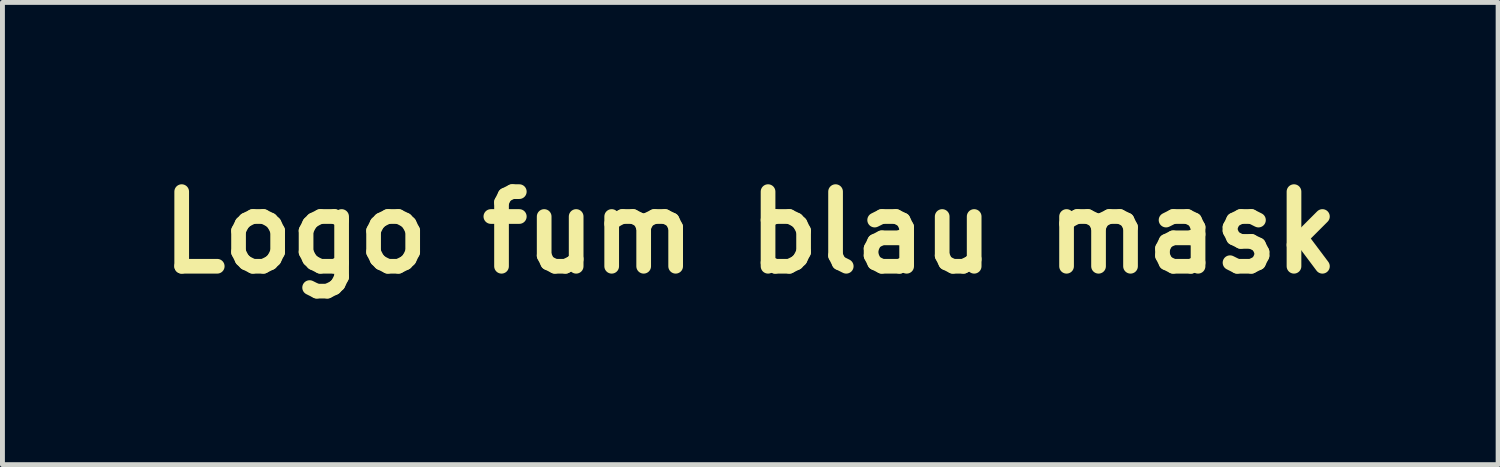
<source format=kicad_pcb>
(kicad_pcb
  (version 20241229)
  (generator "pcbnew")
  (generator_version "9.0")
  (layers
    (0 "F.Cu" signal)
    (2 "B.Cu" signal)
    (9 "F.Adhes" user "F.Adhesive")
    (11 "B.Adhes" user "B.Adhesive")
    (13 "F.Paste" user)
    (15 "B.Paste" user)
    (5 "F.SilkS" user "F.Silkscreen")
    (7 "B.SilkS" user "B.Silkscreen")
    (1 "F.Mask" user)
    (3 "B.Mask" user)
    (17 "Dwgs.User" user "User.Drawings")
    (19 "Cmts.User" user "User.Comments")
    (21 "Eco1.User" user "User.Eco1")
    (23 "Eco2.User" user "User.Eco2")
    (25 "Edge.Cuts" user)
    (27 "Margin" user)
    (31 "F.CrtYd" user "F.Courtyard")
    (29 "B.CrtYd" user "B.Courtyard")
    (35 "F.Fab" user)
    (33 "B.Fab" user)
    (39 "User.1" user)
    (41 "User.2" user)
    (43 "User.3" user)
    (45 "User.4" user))
  (footprint "Logo fum blau mask"
    (layer "F.Cu")
    (at 12.272 1.698)
    (property "Reference" "Logo fum blau mask" (at 0 0 0) (layer "F.SilkS") (effects (font (size 1.524 1.524) (thickness 0.3))))
    (attr through_hole)
    (fp_poly (pts (xy -5.292 0.445) (xy -5.313 0.466) (xy -5.334 0.445) (xy -5.313 0.423) (xy -5.292 0.445)) (stroke (width 0.01) (type solid)) (fill yes) (layer "F.Mask"))
    (fp_poly (pts (xy -5.08 0.783) (xy -5.101 0.804) (xy -5.122 0.783) (xy -5.101 0.762) (xy -5.08 0.783)) (stroke (width 0.01) (type solid)) (fill yes) (layer "F.Mask"))
    (fp_poly (pts (xy -4.995 0.953) (xy -5.016 0.974) (xy -5.038 0.953) (xy -5.016 0.931) (xy -4.995 0.953)) (stroke (width 0.01) (type solid)) (fill yes) (layer "F.Mask"))
    (fp_poly (pts (xy -5.557 0.652) (xy -5.57 0.671) (xy -5.613 0.674) (xy -5.658 0.664) (xy -5.638 0.648) (xy -5.572 0.643) (xy -5.557 0.652)) (stroke (width 0.01) (type solid)) (fill yes) (layer "F.Mask"))
    (fp_poly (pts (xy -5.221 0.564) (xy -5.216 0.615) (xy -5.221 0.621) (xy -5.246 0.615) (xy -5.249 0.593) (xy -5.234 0.558) (xy -5.221 0.564)) (stroke (width 0.01) (type solid)) (fill yes) (layer "F.Mask"))
    (fp_poly (pts (xy -5.478 0.783) (xy -5.482 0.804) (xy -5.536 0.845) (xy -5.548 0.847) (xy -5.587 0.814) (xy -5.588 0.804) (xy -5.554 0.767) (xy -5.522 0.762) (xy -5.478 0.783)) (stroke (width 0.01) (type solid)) (fill yes) (layer "F.Mask"))
    (fp_poly (pts (xy -5.419 0.42) (xy -5.452 0.465) (xy -5.482 0.481) (xy -5.537 0.484) (xy -5.546 0.469) (xy -5.512 0.424) (xy -5.482 0.408) (xy -5.428 0.405) (xy -5.419 0.42)) (stroke (width 0.01) (type solid)) (fill yes) (layer "F.Mask"))
    (fp_poly (pts (xy -5.386 0.939) (xy -5.425 0.99) (xy -5.476 1.01) (xy -5.503 0.985) (xy -5.503 0.982) (xy -5.469 0.933) (xy -5.436 0.915) (xy -5.387 0.914) (xy -5.386 0.939)) (stroke (width 0.01) (type solid)) (fill yes) (layer "F.Mask"))
    (fp_poly (pts (xy -5.334 0.547) (xy -5.368 0.592) (xy -5.397 0.608) (xy -5.452 0.611) (xy -5.461 0.596) (xy -5.427 0.551) (xy -5.397 0.535) (xy -5.343 0.532) (xy -5.334 0.547)) (stroke (width 0.01) (type solid)) (fill yes) (layer "F.Mask"))
    (fp_poly (pts (xy -5.301 1.109) (xy -5.34 1.159) (xy -5.391 1.179) (xy -5.419 1.154) (xy -5.419 1.151) (xy -5.385 1.102) (xy -5.352 1.084) (xy -5.302 1.083) (xy -5.301 1.109)) (stroke (width 0.01) (type solid)) (fill yes) (layer "F.Mask"))
    (fp_poly (pts (xy -5.241 0.716) (xy -5.297 0.769) (xy -5.307 0.775) (xy -5.383 0.815) (xy -5.418 0.813) (xy -5.419 0.81) (xy -5.385 0.747) (xy -5.311 0.695) (xy -5.245 0.686) (xy -5.241 0.716)) (stroke (width 0.01) (type solid)) (fill yes) (layer "F.Mask"))
    (fp_poly (pts (xy -5.118 0.855) (xy -5.114 0.886) (xy -5.17 0.938) (xy -5.18 0.945) (xy -5.257 0.99) (xy -5.287 0.986) (xy -5.292 0.952) (xy -5.256 0.882) (xy -5.174 0.849) (xy -5.118 0.855)) (stroke (width 0.01) (type solid)) (fill yes) (layer "F.Mask"))
    (fp_poly (pts (xy 1.678 0.343) (xy 1.821 0.354) (xy 1.896 0.371) (xy 1.905 0.381) (xy 1.865 0.401) (xy 1.752 0.415) (xy 1.579 0.422) (xy 1.482 0.423) (xy 1.285 0.419) (xy 1.143 0.408) (xy 1.067 0.391) (xy 1.058 0.381) (xy 1.099 0.361) (xy 1.211 0.347) (xy 1.384 0.34) (xy 1.482 0.339) (xy 1.678 0.343)) (stroke (width 0.01) (type solid)) (fill yes) (layer "F.Mask"))
    (fp_poly (pts (xy 1.666 0.09) (xy 1.811 0.106) (xy 1.886 0.13) (xy 1.886 0.161) (xy 1.838 0.186) (xy 1.762 0.2) (xy 1.634 0.208) (xy 1.479 0.211) (xy 1.323 0.209) (xy 1.189 0.202) (xy 1.103 0.191) (xy 1.087 0.183) (xy 1.06 0.14) (xy 1.089 0.111) (xy 1.182 0.093) (xy 1.347 0.086) (xy 1.458 0.085) (xy 1.666 0.09)) (stroke (width 0.01) (type solid)) (fill yes) (layer "F.Mask"))
    (fp_poly (pts (xy 6.35 1.736) (xy -6.35 1.736) (xy -6.35 0.681) (xy -5.715 0.681) (xy -5.697 0.731) (xy -5.649 0.828) (xy -5.585 0.952) (xy -5.515 1.079) (xy -5.453 1.189) (xy -5.409 1.257) (xy -5.397 1.27) (xy -5.351 1.257) (xy -5.315 1.244) (xy -5.249 1.19) (xy -5.183 1.095) (xy -5.179 1.088) (xy -5.113 0.959) (xy -5.036 1.06) (xy -4.982 1.124) (xy -4.933 1.138) (xy -4.855 1.106) (xy -4.819 1.087) (xy -4.749 1.046) (xy -4.753 1.036) (xy -4.825 1.059) (xy -4.889 1.084) (xy -4.938 1.081) (xy -4.953 1.009) (xy -4.953 1.007) (xy -4.648 1.007) (xy -4.636 1.015) (xy -4.566 0.994) (xy -4.53 0.974) (xy -4.496 0.94) (xy -4.508 0.933) (xy -4.578 0.954) (xy -4.614 0.974) (xy -4.648 1.007) (xy -4.953 1.007) (xy -4.953 0.999) (xy -4.933 0.923) (xy -4.437 0.923) (xy -4.424 0.93) (xy -4.354 0.909) (xy -4.318 0.889) (xy -4.284 0.855) (xy -4.297 0.848) (xy -4.366 0.869) (xy -4.403 0.889) (xy -4.437 0.923) (xy -4.933 0.923) (xy -4.929 0.908) (xy -4.844 0.839) (xy -4.816 0.826) (xy -4.233 0.826) (xy -4.212 0.847) (xy -4.191 0.826) (xy -4.212 0.804) (xy -4.233 0.826) (xy -4.816 0.826) (xy -4.815 0.825) (xy -4.74 0.787) (xy -4.742 0.778) (xy -4.821 0.798) (xy -4.892 0.82) (xy -4.942 0.822) (xy -4.998 0.789) (xy -5.009 0.776) (xy -4.135 0.776) (xy -4.129 0.801) (xy -4.106 0.804) (xy -4.071 0.789) (xy -4.078 0.776) (xy -4.128 0.771) (xy -4.135 0.776) (xy -5.009 0.776) (xy -5.031 0.752) (xy -4.647 0.752) (xy -4.636 0.757) (xy -4.574 0.739) (xy -4.469 0.696) (xy -4.424 0.674) (xy -4.346 0.633) (xy -4.334 0.615) (xy -4.36 0.619) (xy -4.448 0.648) (xy -4.54 0.687) (xy -4.614 0.725) (xy -4.647 0.752) (xy -5.031 0.752) (xy -5.071 0.709) (xy -5.163 0.584) (xy -4.225 0.584) (xy -4.212 0.591) (xy -4.143 0.57) (xy -4.106 0.55) (xy -4.072 0.517) (xy -4.085 0.509) (xy -4.155 0.53) (xy -4.191 0.55) (xy -4.225 0.584) (xy -5.163 0.584) (xy -5.173 0.57) (xy -5.197 0.535) (xy -5.291 0.394) (xy -5.358 0.28) (xy -5.389 0.21) (xy -5.389 0.196) (xy -5.395 0.171) (xy -5.412 0.169) (xy -5.452 0.205) (xy -5.461 0.255) (xy -5.489 0.337) (xy -5.524 0.366) (xy -5.579 0.424) (xy -5.588 0.465) (xy -5.619 0.554) (xy -5.652 0.593) (xy -5.705 0.653) (xy -5.715 0.681) (xy -6.35 0.681) (xy -6.35 0.155) (xy -5.317 0.155) (xy -5.292 0.163) (xy -5.201 0.147) (xy -5.144 0.127) (xy -5.097 0.099) (xy -5.122 0.091) (xy -5.213 0.107) (xy -5.271 0.127) (xy -5.317 0.155) (xy -6.35 0.155) (xy -6.35 -0.105) (xy -5.095 -0.105) (xy -5.021 0.054) (xy -4.898 0.199) (xy -4.783 0.3) (xy -4.71 0.332) (xy -4.683 0.293) (xy -4.688 0.238) (xy -4.684 0.124) (xy -4.644 0.025) (xy -4.432 0.025) (xy -4.378 0.1) (xy -4.263 0.219) (xy -4.236 0.245) (xy -4.093 0.393) (xy -4.005 0.512) (xy -3.979 0.582) (xy -3.967 0.647) (xy -3.914 0.65) (xy -3.884 0.639) (xy -3.811 0.598) (xy -3.789 0.565) (xy -3.819 0.513) (xy -3.899 0.425) (xy -3.932 0.393) (xy -3.348 0.393) (xy -3.332 0.495) (xy -3.316 0.522) (xy -3.254 0.547) (xy -3.203 0.49) (xy -3.2 0.481) (xy -3.189 0.381) (xy -3.198 0.334) (xy -3.198 0.236) (xy -3.196 0.229) (xy -3.09 0.229) (xy -3.078 0.278) (xy -3.031 0.308) (xy -2.937 0.324) (xy -2.78 0.328) (xy -2.646 0.326) (xy -2.474 0.319) (xy -2.369 0.306) (xy -2.315 0.282) (xy -2.294 0.245) (xy -2.294 0.243) (xy -2.295 0.209) (xy -2.32 0.191) (xy -2.109 0.191) (xy -2.096 0.318) (xy -2.069 0.422) (xy -2.055 0.448) (xy -2.019 0.495) (xy -1.973 0.525) (xy -1.9 0.541) (xy -1.78 0.549) (xy -1.597 0.55) (xy -1.568 0.55) (xy -1.373 0.549) (xy -1.246 0.542) (xy -1.166 0.526) (xy -1.117 0.498) (xy -1.082 0.456) (xy -1.04 0.361) (xy -1.021 0.254) (xy -0.889 0.254) (xy -0.885 0.415) (xy -0.872 0.507) (xy -0.845 0.546) (xy -0.826 0.55) (xy -0.783 0.525) (xy -0.773 0.48) (xy -0.411 0.48) (xy -0.398 0.551) (xy -0.348 0.592) (xy -0.339 0.593) (xy -0.286 0.559) (xy -0.268 0.526) (xy -0.267 0.446) (xy -0.316 0.406) (xy -0.377 0.421) (xy -0.411 0.48) (xy -0.773 0.48) (xy -0.764 0.438) (xy -0.762 0.364) (xy -0.762 0.178) (xy -0.605 0.259) (xy -0.477 0.311) (xy -0.359 0.338) (xy -0.339 0.339) (xy -0.23 0.319) (xy -0.1 0.272) (xy -0.072 0.259) (xy 0.085 0.178) (xy 0.085 0.364) (xy 0.093 0.488) (xy 0.123 0.544) (xy 0.148 0.55) (xy 0.183 0.533) (xy 0.202 0.47) (xy 0.211 0.347) (xy 0.212 0.254) (xy 0.206 0.108) (xy 0.192 0.002) (xy 0.173 -0.042) (xy 0.171 -0.042) (xy 0.931 -0.042) (xy 0.931 0.247) (xy 0.935 0.396) (xy 0.945 0.51) (xy 0.959 0.564) (xy 0.96 0.564) (xy 1.011 0.576) (xy 1.129 0.585) (xy 1.293 0.591) (xy 1.443 0.593) (xy 1.665 0.59) (xy 1.816 0.579) (xy 1.91 0.559) (xy 1.962 0.53) (xy 2.001 0.446) (xy 2.022 0.316) (xy 2.022 0.217) (xy 2.152 0.217) (xy 2.161 0.352) (xy 2.185 0.468) (xy 2.224 0.541) (xy 2.233 0.548) (xy 2.307 0.566) (xy 2.445 0.578) (xy 2.631 0.583) (xy 2.773 0.582) (xy 2.982 0.575) (xy 3.12 0.565) (xy 3.199 0.549) (xy 3.218 0.537) (xy 3.406 0.537) (xy 3.407 0.542) (xy 3.431 0.566) (xy 3.477 0.547) (xy 3.554 0.479) (xy 3.606 0.423) (xy 3.852 0.423) (xy 3.874 0.493) (xy 3.926 0.5) (xy 3.989 0.458) (xy 4 0.423) (xy 3.965 0.364) (xy 3.926 0.347) (xy 3.866 0.361) (xy 3.852 0.423) (xy 3.606 0.423) (xy 3.673 0.353) (xy 3.686 0.339) (xy 3.937 0.064) (xy 4.048 0.191) (xy 4.196 0.359) (xy 4.3 0.473) (xy 4.368 0.539) (xy 4.412 0.568) (xy 4.44 0.568) (xy 4.456 0.556) (xy 4.461 0.503) (xy 4.411 0.405) (xy 4.316 0.272) (xy 4.245 0.187) (xy 4.614 0.187) (xy 4.624 0.356) (xy 4.662 0.472) (xy 4.742 0.543) (xy 4.876 0.58) (xy 5.077 0.592) (xy 5.145 0.593) (xy 5.326 0.59) (xy 5.444 0.58) (xy 5.522 0.557) (xy 5.582 0.516) (xy 5.611 0.489) (xy 5.679 0.4) (xy 5.709 0.291) (xy 5.715 0.171) (xy 5.708 0.037) (xy 5.685 -0.028) (xy 5.652 -0.042) (xy 5.609 -0.017) (xy 5.59 0.07) (xy 5.588 0.143) (xy 5.58 0.269) (xy 5.545 0.35) (xy 5.471 0.397) (xy 5.342 0.416) (xy 5.144 0.415) (xy 5.116 0.415) (xy 4.763 0.402) (xy 4.741 0.194) (xy 4.715 0.043) (xy 4.68 -0.029) (xy 4.646 -0.022) (xy 4.621 0.065) (xy 4.614 0.187) (xy 4.245 0.187) (xy 4.164 0.09) (xy 4.041 -0.023) (xy 3.94 -0.07) (xy 3.855 -0.059) (xy 3.773 0.002) (xy 3.673 0.105) (xy 3.572 0.23) (xy 3.484 0.357) (xy 3.423 0.466) (xy 3.406 0.537) (xy 3.218 0.537) (xy 3.234 0.526) (xy 3.239 0.508) (xy 3.224 0.479) (xy 3.173 0.459) (xy 3.071 0.446) (xy 2.906 0.437) (xy 2.762 0.433) (xy 2.286 0.421) (xy 2.286 0.189) (xy 2.28 0.049) (xy 2.26 -0.023) (xy 2.223 -0.042) (xy 2.183 -0.005) (xy 2.159 0.09) (xy 2.152 0.217) (xy 2.022 0.217) (xy 2.023 0.174) (xy 2.003 0.055) (xy 1.981 0.011) (xy 1.924 -0.015) (xy 1.8 -0.032) (xy 1.602 -0.041) (xy 1.434 -0.042) (xy 0.931 -0.042) (xy 0.171 -0.042) (xy 0.114 -0.02) (xy 0.018 0.035) (xy -0.025 0.064) (xy -0.202 0.148) (xy -0.339 0.169) (xy -0.516 0.134) (xy -0.652 0.064) (xy -0.756 -0.001) (xy -0.832 -0.038) (xy -0.849 -0.042) (xy -0.868 -0.004) (xy -0.883 0.098) (xy -0.889 0.242) (xy -0.889 0.254) (xy -1.021 0.254) (xy -1.018 0.237) (xy -1.016 0.111) (xy -1.033 0.01) (xy -1.069 -0.041) (xy -1.079 -0.042) (xy -1.122 -0.016) (xy -1.141 0.071) (xy -1.143 0.14) (xy -1.154 0.264) (xy -1.182 0.356) (xy -1.194 0.373) (xy -1.264 0.401) (xy -1.39 0.418) (xy -1.546 0.424) (xy -1.705 0.42) (xy -1.841 0.405) (xy -1.927 0.379) (xy -1.939 0.37) (xy -1.969 0.296) (xy -1.992 0.176) (xy -1.997 0.126) (xy -2.014 0.013) (xy -2.04 -0.055) (xy -2.053 -0.064) (xy -2.087 -0.026) (xy -2.105 0.068) (xy -2.109 0.191) (xy -2.32 0.191) (xy -2.326 0.187) (xy -2.4 0.175) (xy -2.532 0.17) (xy -2.685 0.169) (xy -2.88 0.172) (xy -3.003 0.181) (xy -3.069 0.198) (xy -3.09 0.226) (xy -3.09 0.229) (xy -3.196 0.229) (xy -3.177 0.172) (xy -3.147 0.133) (xy -3.097 0.107) (xy -3.009 0.091) (xy -2.867 0.081) (xy -2.698 0.076) (xy -2.497 0.068) (xy -2.367 0.056) (xy -2.295 0.039) (xy -2.267 0.012) (xy -2.265 0) (xy -2.278 -0.029) (xy -2.327 -0.047) (xy -2.426 -0.058) (xy -2.587 -0.063) (xy -2.724 -0.064) (xy -2.928 -0.062) (xy -3.065 -0.057) (xy -3.152 -0.043) (xy -3.208 -0.018) (xy -3.25 0.021) (xy -3.263 0.036) (xy -3.31 0.131) (xy -3.339 0.261) (xy -3.348 0.393) (xy -3.932 0.393) (xy -4.011 0.317) (xy -4.136 0.205) (xy -4.258 0.104) (xy -4.359 0.03) (xy -4.42 0.000105) (xy -4.422 0) (xy -4.432 0.025) (xy -4.644 0.025) (xy -4.643 0.022) (xy -4.578 -0.037) (xy -4.553 -0.042) (xy -4.49 -0.062) (xy -4.48 -0.074) (xy -4.436 -0.11) (xy -4.343 -0.162) (xy -4.305 -0.18) (xy -4.172 -0.277) (xy -4.077 -0.412) (xy -4.036 -0.559) (xy -4.046 -0.649) (xy -4.133 -0.802) (xy -4.281 -0.925) (xy -4.398 -0.978) (xy -4.577 -1.059) (xy -4.676 -1.162) (xy -4.699 -1.258) (xy -4.713 -1.326) (xy -4.741 -1.333) (xy -4.771 -1.277) (xy -4.784 -1.178) (xy -4.762 -1.074) (xy -4.689 -0.968) (xy -4.614 -0.894) (xy -4.519 -0.794) (xy -4.458 -0.704) (xy -4.445 -0.665) (xy -4.451 -0.625) (xy -4.479 -0.592) (xy -4.544 -0.556) (xy -4.66 -0.509) (xy -4.839 -0.444) (xy -5.004 -0.357) (xy -5.089 -0.243) (xy -5.095 -0.105) (xy -6.35 -0.105) (xy -6.35 -1.693) (xy 6.35 -1.693) (xy 6.35 1.736)) (stroke (width 0.01) (type solid)) (fill yes) (layer "F.Mask")))
  (gr_rect
    (start -3 -3)
    (end 27.544 6.439)
    (stroke (width 0.1) (type default))
    (fill no)
    (layer "Edge.Cuts")))
</source>
